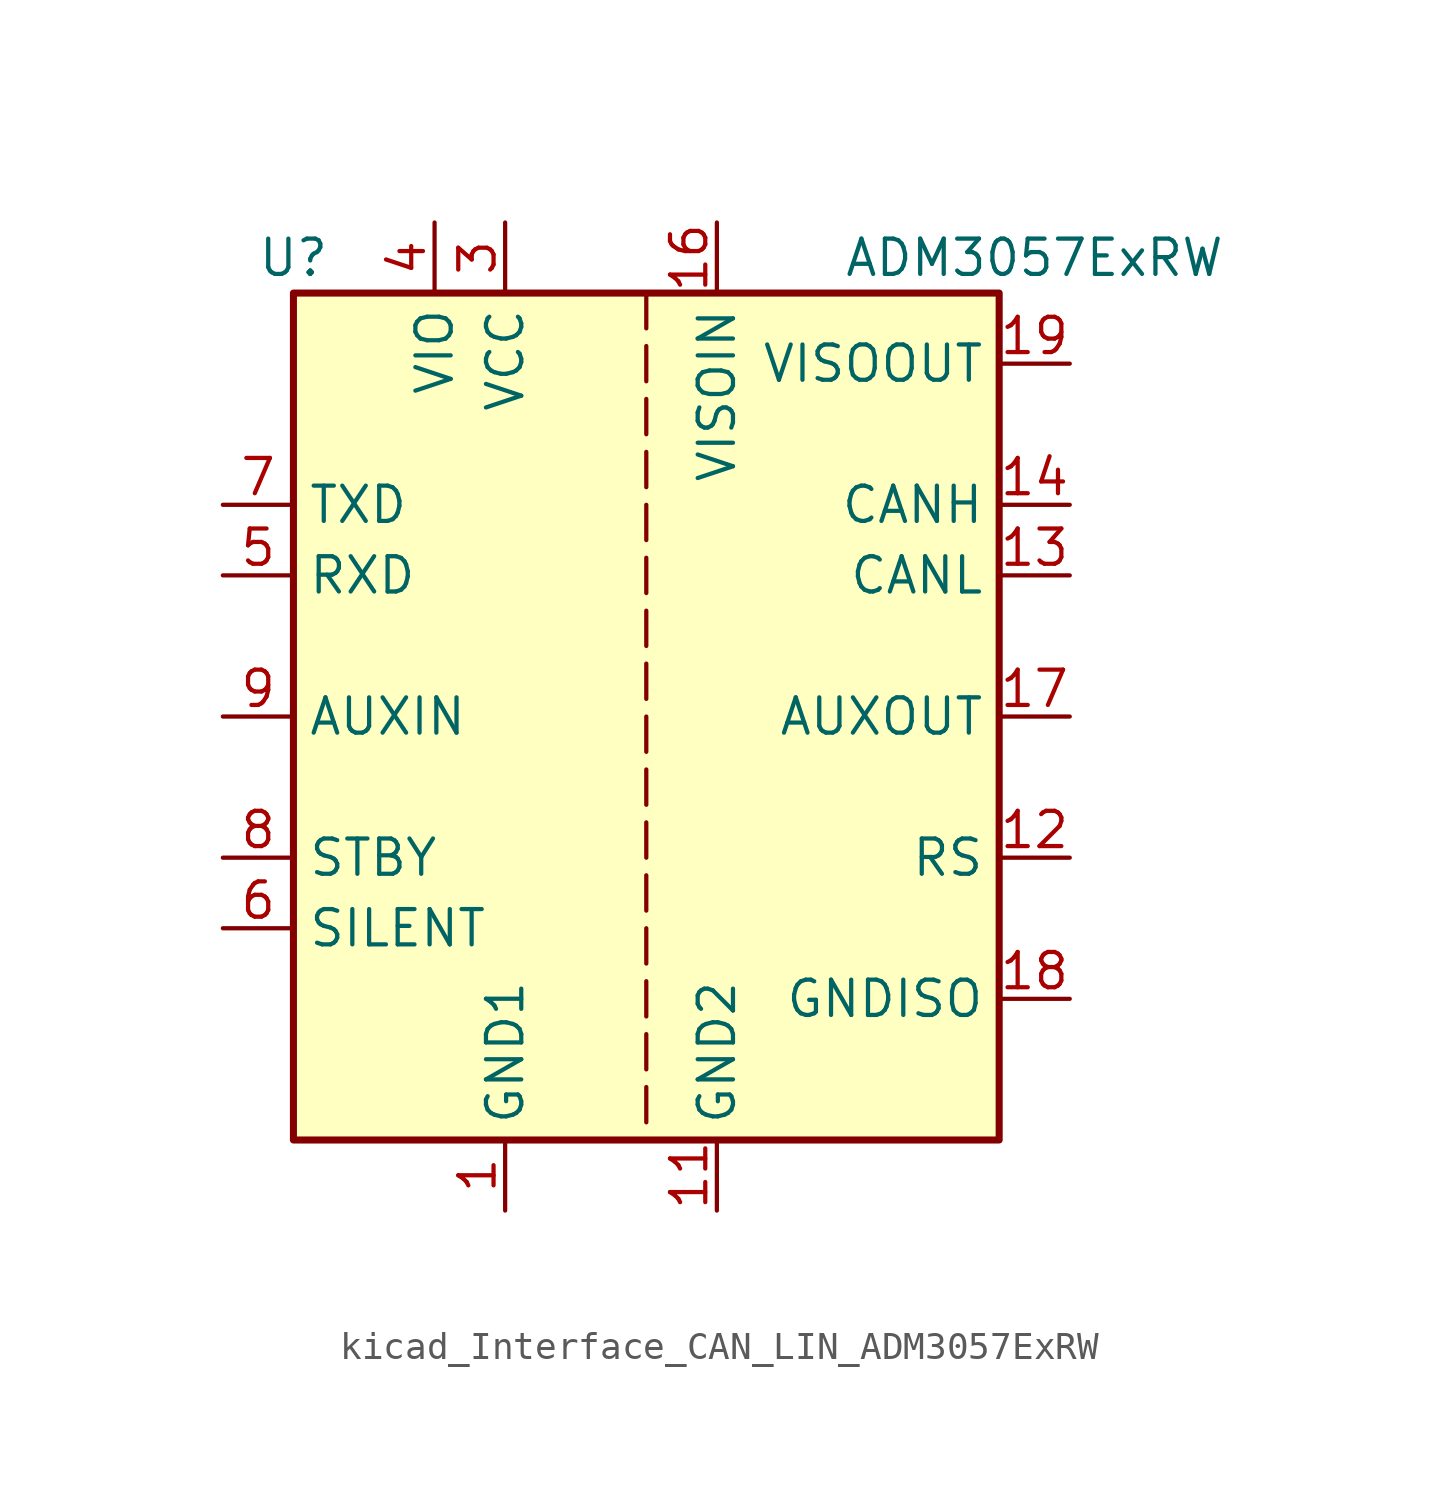
<source format=kicad_sym>
(kicad_symbol_lib
  (version 20220914)
  (generator kicad_symbol_editor)
  (symbol "kicad_Interface_CAN_LIN_ADM3057ExRW"
    (property "Reference" "U"
      (at -12.7 16.51 0)
      (effects (font (size 1.27 1.27))))
    (property "Value" "ADM3057ExRW"
      (at 13.97 16.51 0)
      (effects (font (size 1.27 1.27))))
    (symbol "kicad_Interface_CAN_LIN_ADM3057ExRW_0_1"
      (rectangle (start -12.7 15.24) (end 12.7 -15.24) (stroke (width 0.254) (type default)) (fill (type background)))
      (polyline (pts (xy 0 -13.335) (xy 0 -14.605)) (stroke (width 0) (type default)) (fill (type none)))
      (polyline (pts (xy 0 -11.43) (xy 0 -12.7)) (stroke (width 0) (type default)) (fill (type none)))
      (polyline (pts (xy 0 -9.525) (xy 0 -10.795)) (stroke (width 0) (type default)) (fill (type none)))
      (polyline (pts (xy 0 -7.62) (xy 0 -8.89)) (stroke (width 0) (type default)) (fill (type none)))
      (polyline (pts (xy 0 -5.715) (xy 0 -6.985)) (stroke (width 0) (type default)) (fill (type none)))
      (polyline (pts (xy 0 -3.81) (xy 0 -5.08)) (stroke (width 0) (type default)) (fill (type none)))
      (polyline (pts (xy 0 -1.905) (xy 0 -3.175)) (stroke (width 0) (type default)) (fill (type none)))
      (polyline (pts (xy 0 0) (xy 0 -1.27)) (stroke (width 0) (type default)) (fill (type none)))
      (polyline (pts (xy 0 1.905) (xy 0 0.635)) (stroke (width 0) (type default)) (fill (type none)))
      (polyline (pts (xy 0 3.81) (xy 0 2.54)) (stroke (width 0) (type default)) (fill (type none)))
      (polyline (pts (xy 0 5.715) (xy 0 4.445)) (stroke (width 0) (type default)) (fill (type none)))
      (polyline (pts (xy 0 7.62) (xy 0 6.35)) (stroke (width 0) (type default)) (fill (type none)))
      (polyline (pts (xy 0 9.525) (xy 0 8.255)) (stroke (width 0) (type default)) (fill (type none)))
      (polyline (pts (xy 0 11.43) (xy 0 10.16)) (stroke (width 0) (type default)) (fill (type none)))
      (polyline (pts (xy 0 13.335) (xy 0 12.065)) (stroke (width 0) (type default)) (fill (type none)))
      (polyline (pts (xy 0 15.24) (xy 0 13.97)) (stroke (width 0) (type default)) (fill (type none))))
    (symbol "kicad_Interface_CAN_LIN_ADM3057ExRW_1_1"
      (pin power_in line (at -5.08 -17.78 90) (length 2.54) (name "GND1" (effects (font (size 1.27 1.27)))) (number "1" (effects (font (size 1.27 1.27)))))
      (pin passive line (at -5.08 -17.78 90) (length 2.54) hide (name "GND1" (effects (font (size 1.27 1.27)))) (number "10" (effects (font (size 1.27 1.27)))))
      (pin passive line (at 2.54 -17.78 90) (length 2.54) (name "GND2" (effects (font (size 1.27 1.27)))) (number "11" (effects (font (size 1.27 1.27)))))
      (pin input line (at 15.24 -5.08 180) (length 2.54) (name "RS" (effects (font (size 1.27 1.27)))) (number "12" (effects (font (size 1.27 1.27)))))
      (pin bidirectional line (at 15.24 5.08 180) (length 2.54) (name "CANL" (effects (font (size 1.27 1.27)))) (number "13" (effects (font (size 1.27 1.27)))))
      (pin bidirectional line (at 15.24 7.62 180) (length 2.54) (name "CANH" (effects (font (size 1.27 1.27)))) (number "14" (effects (font (size 1.27 1.27)))))
      (pin passive line (at 2.54 -17.78 90) (length 2.54) hide (name "GND2" (effects (font (size 1.27 1.27)))) (number "15" (effects (font (size 1.27 1.27)))))
      (pin passive line (at 2.54 17.78 270) (length 2.54) (name "VISOIN" (effects (font (size 1.27 1.27)))) (number "16" (effects (font (size 1.27 1.27)))))
      (pin output line (at 15.24 0 180) (length 2.54) (name "AUXOUT" (effects (font (size 1.27 1.27)))) (number "17" (effects (font (size 1.27 1.27)))))
      (pin passive line (at 15.24 -10.16 180) (length 2.54) (name "GNDISO" (effects (font (size 1.27 1.27)))) (number "18" (effects (font (size 1.27 1.27)))))
      (pin passive line (at 15.24 12.7 180) (length 2.54) (name "VISOOUT" (effects (font (size 1.27 1.27)))) (number "19" (effects (font (size 1.27 1.27)))))
      (pin passive line (at -5.08 -17.78 90) (length 2.54) hide (name "GND1" (effects (font (size 1.27 1.27)))) (number "2" (effects (font (size 1.27 1.27)))))
      (pin passive line (at 15.24 -10.16 180) (length 2.54) hide (name "GNDISO" (effects (font (size 1.27 1.27)))) (number "20" (effects (font (size 1.27 1.27)))))
      (pin power_in line (at -5.08 17.78 270) (length 2.54) (name "VCC" (effects (font (size 1.27 1.27)))) (number "3" (effects (font (size 1.27 1.27)))))
      (pin power_in line (at -7.62 17.78 270) (length 2.54) (name "VIO" (effects (font (size 1.27 1.27)))) (number "4" (effects (font (size 1.27 1.27)))))
      (pin output line (at -15.24 5.08 0) (length 2.54) (name "RXD" (effects (font (size 1.27 1.27)))) (number "5" (effects (font (size 1.27 1.27)))))
      (pin input line (at -15.24 -7.62 0) (length 2.54) (name "SILENT" (effects (font (size 1.27 1.27)))) (number "6" (effects (font (size 1.27 1.27)))))
      (pin input line (at -15.24 7.62 0) (length 2.54) (name "TXD" (effects (font (size 1.27 1.27)))) (number "7" (effects (font (size 1.27 1.27)))))
      (pin input line (at -15.24 -5.08 0) (length 2.54) (name "STBY" (effects (font (size 1.27 1.27)))) (number "8" (effects (font (size 1.27 1.27)))))
      (pin input line (at -15.24 0 0) (length 2.54) (name "AUXIN" (effects (font (size 1.27 1.27)))) (number "9" (effects (font (size 1.27 1.27))))))))
</source>
